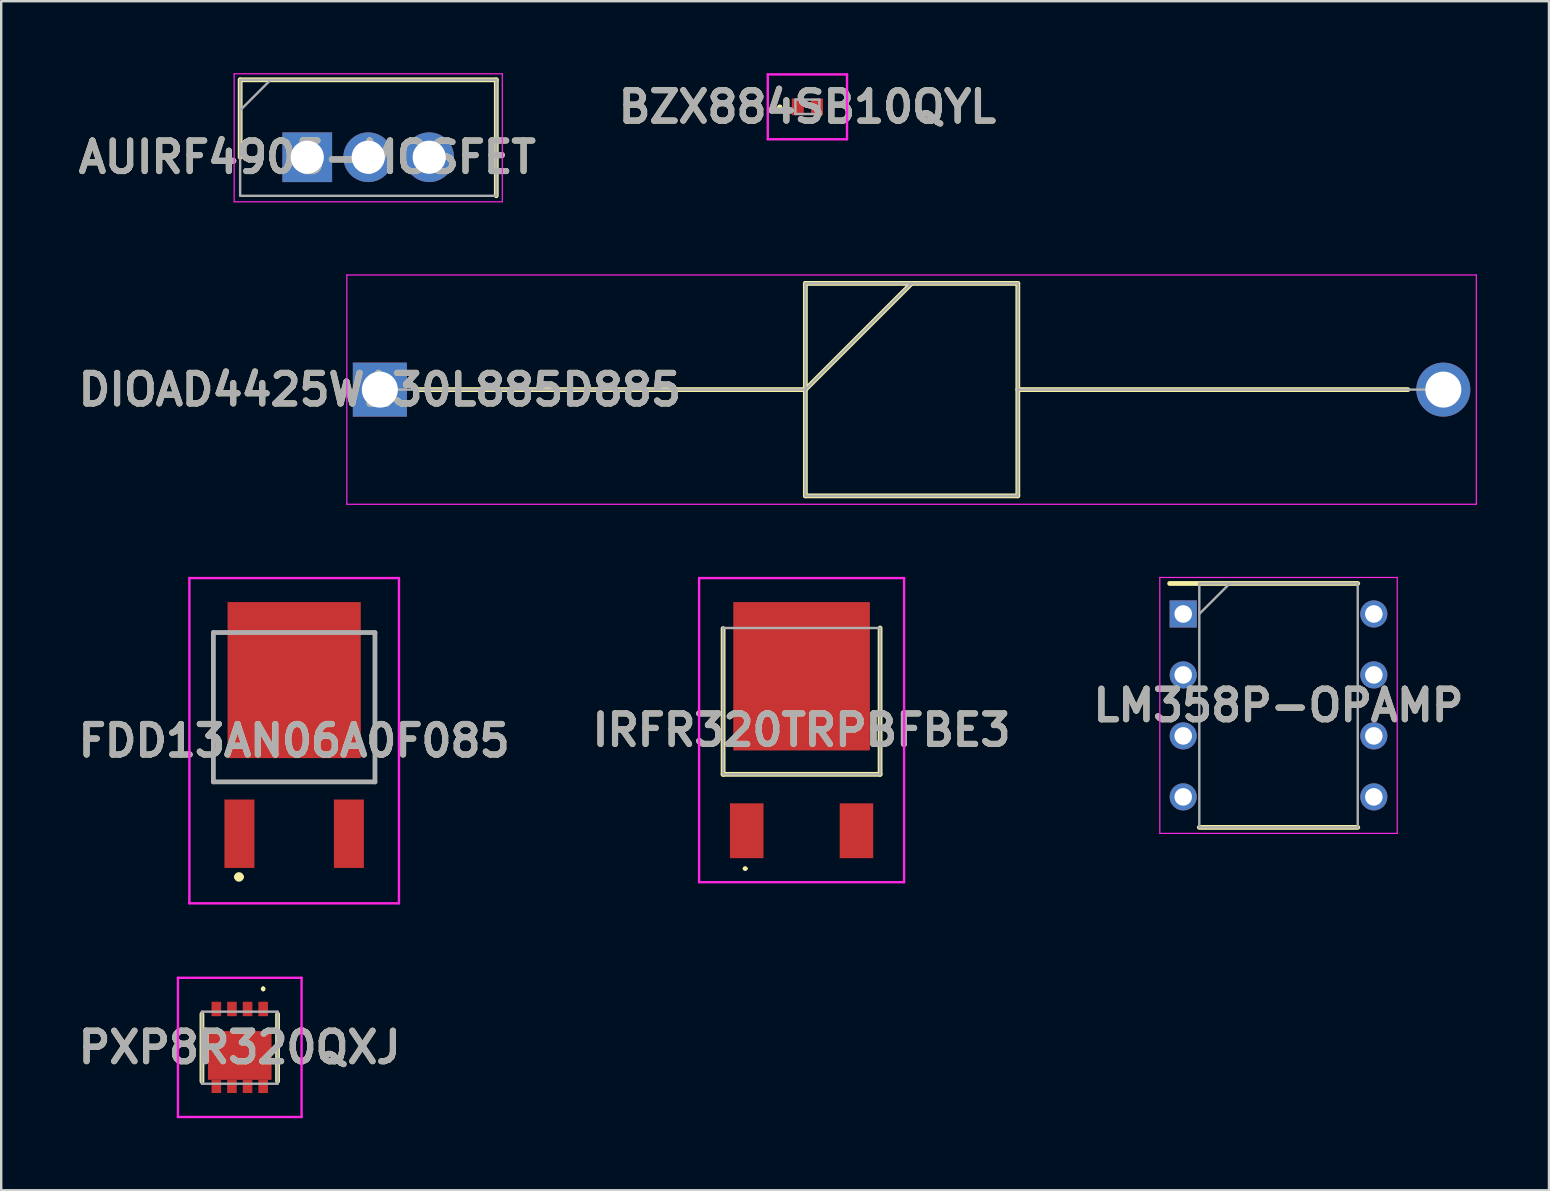
<source format=kicad_pcb>
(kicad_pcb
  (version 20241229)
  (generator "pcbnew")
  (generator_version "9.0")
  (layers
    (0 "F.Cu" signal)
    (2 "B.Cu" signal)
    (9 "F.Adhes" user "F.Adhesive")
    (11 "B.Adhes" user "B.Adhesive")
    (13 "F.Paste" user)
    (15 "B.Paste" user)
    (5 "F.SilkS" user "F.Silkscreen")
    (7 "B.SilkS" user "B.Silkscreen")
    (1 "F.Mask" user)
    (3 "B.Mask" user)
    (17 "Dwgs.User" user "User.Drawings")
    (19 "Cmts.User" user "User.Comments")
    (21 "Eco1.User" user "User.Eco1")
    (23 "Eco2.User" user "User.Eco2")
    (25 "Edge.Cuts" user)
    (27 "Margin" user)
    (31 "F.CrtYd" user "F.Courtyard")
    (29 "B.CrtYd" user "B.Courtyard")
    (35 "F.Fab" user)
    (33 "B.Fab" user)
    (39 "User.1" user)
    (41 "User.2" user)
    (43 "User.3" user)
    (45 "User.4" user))
  (footprint "IRFR320TRPBFBE3"
    (layer "F.Cu")
    (at 30.341 27.364)
    (property "Reference" "IRFR320TRPBFBE3" (at 0 0 0) (layer "F.SilkS") (effects (font (size 1.27 1.27) (thickness 0.254))))
    (attr smd)
    (fp_line (start -3.27 1.842) (end -3.27 -4.231) (stroke (width 0.2) (type solid)) (layer "F.SilkS"))
    (fp_line (start -2.4 5.769) (end -2.4 5.769) (stroke (width 0.1) (type solid)) (layer "F.SilkS"))
    (fp_line (start -2.3 5.769) (end -2.3 5.769) (stroke (width 0.1) (type solid)) (layer "F.SilkS"))
    (fp_line (start 3.27 -4.254) (end 3.27 1.842) (stroke (width 0.2) (type solid)) (layer "F.SilkS"))
    (fp_line (start 3.27 1.842) (end -3.27 1.842) (stroke (width 0.2) (type solid)) (layer "F.SilkS"))
    (fp_arc (start -2.4 5.769) (mid -2.35 5.719) (end -2.3 5.769) (stroke (width 0.1) (type solid)) (layer "F.SilkS"))
    (fp_arc (start -2.3 5.769) (mid -2.35 5.819) (end -2.4 5.769) (stroke (width 0.1) (type solid)) (layer "F.SilkS"))
    (fp_line (start -4.27 -6.334) (end 4.27 -6.334) (stroke (width 0.1) (type solid)) (layer "F.CrtYd"))
    (fp_line (start -4.27 6.334) (end -4.27 -6.334) (stroke (width 0.1) (type solid)) (layer "F.CrtYd"))
    (fp_line (start 4.27 -6.334) (end 4.27 6.334) (stroke (width 0.1) (type solid)) (layer "F.CrtYd"))
    (fp_line (start 4.27 6.334) (end -4.27 6.334) (stroke (width 0.1) (type solid)) (layer "F.CrtYd"))
    (fp_line (start -3.27 -4.253) (end 3.27 -4.253) (stroke (width 0.1) (type solid)) (layer "F.Fab"))
    (fp_line (start -3.27 1.842) (end -3.27 -4.253) (stroke (width 0.1) (type solid)) (layer "F.Fab"))
    (fp_line (start 3.27 -4.253) (end 3.27 1.842) (stroke (width 0.1) (type solid)) (layer "F.Fab"))
    (fp_line (start 3.27 1.842) (end -3.27 1.842) (stroke (width 0.1) (type solid)) (layer "F.Fab"))
    (fp_text user "${REFERENCE}" (at 0 0 0) (layer "F.Fab") (effects (font (size 1.27 1.27) (thickness 0.254))))
    (pad "1" smd rect (at -2.286 4.192) (size 1.397 2.286) (layers "F.Cu" "F.Mask" "F.Paste"))
    (pad "2" smd rect (at 0 -2.243) (size 5.69 6.18) (layers "F.Cu" "F.Mask" "F.Paste"))
    (pad "3" smd rect (at 2.286 4.192) (size 1.397 2.286) (layers "F.Cu" "F.Mask" "F.Paste")))
  (footprint "FDD13AN06A0F085"
    (layer "F.Cu")
    (at 9.204 25.28)
    (property "Reference" "FDD13AN06A0F085" (at 0 2.525 0) (layer "F.SilkS") (effects (font (size 1.27 1.27) (thickness 0.254))))
    (attr smd)
    (fp_line (start -3.365 -1.98) (end -3.365 4.24) (stroke (width 0.1) (type solid)) (layer "F.SilkS"))
    (fp_line (start -3.365 4.24) (end 3.365 4.24) (stroke (width 0.1) (type solid)) (layer "F.SilkS"))
    (fp_line (start -2.4 8.2) (end -2.4 8.2) (stroke (width 0.2) (type solid)) (layer "F.SilkS"))
    (fp_line (start -2.2 8.2) (end -2.2 8.2) (stroke (width 0.2) (type solid)) (layer "F.SilkS"))
    (fp_line (start 3.365 4.24) (end 3.365 -1.98) (stroke (width 0.1) (type solid)) (layer "F.SilkS"))
    (fp_arc (start -2.4 8.2) (mid -2.3 8.1) (end -2.2 8.2) (stroke (width 0.2) (type solid)) (layer "F.SilkS"))
    (fp_arc (start -2.2 8.2) (mid -2.3 8.3) (end -2.4 8.2) (stroke (width 0.2) (type solid)) (layer "F.SilkS"))
    (fp_line (start -4.365 -4.25) (end 4.365 -4.25) (stroke (width 0.1) (type solid)) (layer "F.CrtYd"))
    (fp_line (start -4.365 9.3) (end -4.365 -4.25) (stroke (width 0.1) (type solid)) (layer "F.CrtYd"))
    (fp_line (start 4.365 -4.25) (end 4.365 9.3) (stroke (width 0.1) (type solid)) (layer "F.CrtYd"))
    (fp_line (start 4.365 9.3) (end -4.365 9.3) (stroke (width 0.1) (type solid)) (layer "F.CrtYd"))
    (fp_line (start -3.365 -1.98) (end 3.365 -1.98) (stroke (width 0.2) (type solid)) (layer "F.Fab"))
    (fp_line (start -3.365 4.24) (end -3.365 -1.98) (stroke (width 0.2) (type solid)) (layer "F.Fab"))
    (fp_line (start 3.365 -1.98) (end 3.365 4.24) (stroke (width 0.2) (type solid)) (layer "F.Fab"))
    (fp_line (start 3.365 4.24) (end -3.365 4.24) (stroke (width 0.2) (type solid)) (layer "F.Fab"))
    (fp_text user "${REFERENCE}" (at 0 2.525 0) (layer "F.Fab") (effects (font (size 1.27 1.27) (thickness 0.254))))
    (pad "1" smd rect (at -2.28 6.4) (size 1.25 2.85) (layers "F.Cu" "F.Mask" "F.Paste"))
    (pad "2" smd rect (at 0 0) (size 5.55 6.5) (layers "F.Cu" "F.Mask" "F.Paste"))
    (pad "3" smd rect (at 2.28 6.4) (size 1.25 2.85) (layers "F.Cu" "F.Mask" "F.Paste")))
  (footprint "PXP8R320QXJ"
    (layer "F.Cu")
    (at 6.937 40.593)
    (property "Reference" "PXP8R320QXJ" (at 0 -0.012 180) (layer "F.SilkS") (effects (font (size 1.27 1.27) (thickness 0.254))))
    (attr smd)
    (fp_line (start -1.575 1.4) (end -1.575 -1.4) (stroke (width 0.2) (type solid)) (layer "F.SilkS"))
    (fp_line (start 0.975 -2.5) (end 0.975 -2.5) (stroke (width 0.1) (type solid)) (layer "F.SilkS"))
    (fp_line (start 0.975 -2.4) (end 0.975 -2.4) (stroke (width 0.1) (type solid)) (layer "F.SilkS"))
    (fp_line (start 1.575 1.4) (end 1.575 -1.4) (stroke (width 0.2) (type solid)) (layer "F.SilkS"))
    (fp_arc (start 0.975 -2.5) (mid 1.025 -2.45) (end 0.975 -2.4) (stroke (width 0.1) (type solid)) (layer "F.SilkS"))
    (fp_arc (start 0.975 -2.4) (mid 0.925 -2.45) (end 0.975 -2.5) (stroke (width 0.1) (type solid)) (layer "F.SilkS"))
    (fp_line (start -2.575 -2.913) (end 2.575 -2.913) (stroke (width 0.1) (type solid)) (layer "F.CrtYd"))
    (fp_line (start -2.575 2.888) (end -2.575 -2.913) (stroke (width 0.1) (type solid)) (layer "F.CrtYd"))
    (fp_line (start 2.575 -2.913) (end 2.575 2.888) (stroke (width 0.1) (type solid)) (layer "F.CrtYd"))
    (fp_line (start 2.575 2.888) (end -2.575 2.888) (stroke (width 0.1) (type solid)) (layer "F.CrtYd"))
    (fp_line (start -1.575 -1.5) (end 1.575 -1.5) (stroke (width 0.1) (type solid)) (layer "F.Fab"))
    (fp_line (start -1.575 1.5) (end -1.575 -1.5) (stroke (width 0.1) (type solid)) (layer "F.Fab"))
    (fp_line (start 1.575 -1.5) (end 1.575 1.5) (stroke (width 0.1) (type solid)) (layer "F.Fab"))
    (fp_line (start 1.575 1.5) (end -1.575 1.5) (stroke (width 0.1) (type solid)) (layer "F.Fab"))
    (fp_text user "${REFERENCE}" (at 0 -0.012 180) (layer "F.Fab") (effects (font (size 1.27 1.27) (thickness 0.254))))
    (pad "1" smd rect (at -0.975 -1.613 180) (size 0.4 0.6) (layers "F.Cu" "F.Mask" "F.Paste"))
    (pad "2" smd rect (at -0.975 1.613 180) (size 0.4 0.55) (layers "F.Cu" "F.Mask" "F.Paste"))
    (pad "2" smd rect (at -0.325 1.613 180) (size 0.4 0.55) (layers "F.Cu" "F.Mask" "F.Paste"))
    (pad "2" smd rect (at 0 0.323 270) (size 2.03 2.65) (layers "F.Cu" "F.Mask" "F.Paste"))
    (pad "2" smd rect (at 0.325 1.613 180) (size 0.4 0.55) (layers "F.Cu" "F.Mask" "F.Paste"))
    (pad "2" smd rect (at 0.975 1.613 180) (size 0.4 0.55) (layers "F.Cu" "F.Mask" "F.Paste"))
    (pad "3" smd rect (at -0.325 -1.613 180) (size 0.4 0.6) (layers "F.Cu" "F.Mask" "F.Paste"))
    (pad "3" smd rect (at 0.325 -1.613 180) (size 0.4 0.6) (layers "F.Cu" "F.Mask" "F.Paste"))
    (pad "3" smd rect (at 0.975 -1.613 180) (size 0.4 0.6) (layers "F.Cu" "F.Mask" "F.Paste")))
  (footprint "AUIRF4905-MOSFET"
    (layer "F.Cu")
    (at 9.749 3.5)
    (property "Reference" "AUIRF4905-MOSFET" (at 0 0 0) (layer "F.SilkS") (effects (font (size 1.27 1.27) (thickness 0.254))))
    (attr through_hole)
    (fp_line (start -2.795 -3.225) (end -2.795 0) (stroke (width 0.2) (type solid)) (layer "F.SilkS"))
    (fp_line (start 7.875 -3.225) (end -2.795 -3.225) (stroke (width 0.2) (type solid)) (layer "F.SilkS"))
    (fp_line (start 7.875 1.605) (end 7.875 -3.225) (stroke (width 0.2) (type solid)) (layer "F.SilkS"))
    (fp_line (start -3.045 -3.475) (end 8.125 -3.475) (stroke (width 0.05) (type solid)) (layer "F.CrtYd"))
    (fp_line (start -3.045 1.855) (end -3.045 -3.475) (stroke (width 0.05) (type solid)) (layer "F.CrtYd"))
    (fp_line (start 8.125 -3.475) (end 8.125 1.855) (stroke (width 0.05) (type solid)) (layer "F.CrtYd"))
    (fp_line (start 8.125 1.855) (end -3.045 1.855) (stroke (width 0.05) (type solid)) (layer "F.CrtYd"))
    (fp_line (start -2.795 -3.225) (end 7.875 -3.225) (stroke (width 0.1) (type solid)) (layer "F.Fab"))
    (fp_line (start -2.795 -1.955) (end -1.525 -3.225) (stroke (width 0.1) (type solid)) (layer "F.Fab"))
    (fp_line (start -2.795 1.605) (end -2.795 -3.225) (stroke (width 0.1) (type solid)) (layer "F.Fab"))
    (fp_line (start 7.875 -3.225) (end 7.875 1.605) (stroke (width 0.1) (type solid)) (layer "F.Fab"))
    (fp_line (start 7.875 1.605) (end -2.795 1.605) (stroke (width 0.1) (type solid)) (layer "F.Fab"))
    (fp_text user "${REFERENCE}" (at 0 0 0) (layer "F.Fab") (effects (font (size 1.27 1.27) (thickness 0.254))))
    (pad "1" thru_hole rect (at 0 0) (size 2.07 2.07) (drill 1.38) (layers "*.Cu" "*.Mask"))
    (pad "2" thru_hole circle (at 2.54 0) (size 2.07 2.07) (drill 1.38) (layers "*.Cu" "*.Mask"))
    (pad "3" thru_hole circle (at 5.08 0) (size 2.07 2.07) (drill 1.38) (layers "*.Cu" "*.Mask")))
  (footprint "BZX884SB10QYL"
    (layer "F.Cu")
    (at 30.583 1.4)
    (property "Reference" "BZX884SB10QYL" (at 0 0 0) (layer "F.SilkS") (effects (font (size 1.27 1.27) (thickness 0.254))))
    (attr smd)
    (fp_line (start -1.2 0) (end -1.2 0) (stroke (width 0.1) (type solid)) (layer "F.SilkS"))
    (fp_line (start -1.1 0) (end -1.1 0) (stroke (width 0.1) (type solid)) (layer "F.SilkS"))
    (fp_arc (start -1.2 0) (mid -1.15 -0.05) (end -1.1 0) (stroke (width 0.1) (type solid)) (layer "F.SilkS"))
    (fp_arc (start -1.1 0) (mid -1.15 0.05) (end -1.2 0) (stroke (width 0.1) (type solid)) (layer "F.SilkS"))
    (fp_line (start -1.65 -1.35) (end 1.65 -1.35) (stroke (width 0.1) (type solid)) (layer "F.CrtYd"))
    (fp_line (start -1.65 1.35) (end -1.65 -1.35) (stroke (width 0.1) (type solid)) (layer "F.CrtYd"))
    (fp_line (start 1.65 -1.35) (end 1.65 1.35) (stroke (width 0.1) (type solid)) (layer "F.CrtYd"))
    (fp_line (start 1.65 1.35) (end -1.65 1.35) (stroke (width 0.1) (type solid)) (layer "F.CrtYd"))
    (fp_line (start -0.5 -0.3) (end 0.5 -0.3) (stroke (width 0.1) (type solid)) (layer "F.Fab"))
    (fp_line (start -0.5 0.3) (end -0.5 -0.3) (stroke (width 0.1) (type solid)) (layer "F.Fab"))
    (fp_line (start 0.5 -0.3) (end 0.5 0.3) (stroke (width 0.1) (type solid)) (layer "F.Fab"))
    (fp_line (start 0.5 0.3) (end -0.5 0.3) (stroke (width 0.1) (type solid)) (layer "F.Fab"))
    (fp_text user "${REFERENCE}" (at 0 0 0) (layer "F.Fab") (effects (font (size 1.27 1.27) (thickness 0.254))))
    (pad "1" smd rect (at -0.4 0) (size 0.5 0.7) (layers "F.Cu" "F.Mask" "F.Paste"))
    (pad "2" smd rect (at 0.4 0) (size 0.5 0.7) (layers "F.Cu" "F.Mask" "F.Paste")))
  (footprint "DIOAD4425W130L885D885"
    (layer "F.Cu")
    (at 12.773 13.18)
    (property "Reference" "DIOAD4425W130L885D885" (at 0 0 0) (layer "F.SilkS") (effects (font (size 1.27 1.27) (thickness 0.254))))
    (attr through_hole)
    (fp_line (start 1.475 0) (end 17.725 0) (stroke (width 0.2) (type solid)) (layer "F.SilkS"))
    (fp_line (start 17.725 -4.425) (end 26.575 -4.425) (stroke (width 0.2) (type solid)) (layer "F.SilkS"))
    (fp_line (start 17.725 0) (end 22.15 -4.425) (stroke (width 0.2) (type solid)) (layer "F.SilkS"))
    (fp_line (start 17.725 4.425) (end 17.725 -4.425) (stroke (width 0.2) (type solid)) (layer "F.SilkS"))
    (fp_line (start 26.575 -4.425) (end 26.575 4.425) (stroke (width 0.2) (type solid)) (layer "F.SilkS"))
    (fp_line (start 26.575 0) (end 42.825 0) (stroke (width 0.2) (type solid)) (layer "F.SilkS"))
    (fp_line (start 26.575 4.425) (end 17.725 4.425) (stroke (width 0.2) (type solid)) (layer "F.SilkS"))
    (fp_line (start -1.375 -4.775) (end 45.675 -4.775) (stroke (width 0.05) (type solid)) (layer "F.CrtYd"))
    (fp_line (start -1.375 4.775) (end -1.375 -4.775) (stroke (width 0.05) (type solid)) (layer "F.CrtYd"))
    (fp_line (start 45.675 -4.775) (end 45.675 4.775) (stroke (width 0.05) (type solid)) (layer "F.CrtYd"))
    (fp_line (start 45.675 4.775) (end -1.375 4.775) (stroke (width 0.05) (type solid)) (layer "F.CrtYd"))
    (fp_line (start 0 0) (end 17.725 0) (stroke (width 0.1) (type solid)) (layer "F.Fab"))
    (fp_line (start 17.725 -4.425) (end 26.575 -4.425) (stroke (width 0.1) (type solid)) (layer "F.Fab"))
    (fp_line (start 17.725 0) (end 22.15 -4.425) (stroke (width 0.1) (type solid)) (layer "F.Fab"))
    (fp_line (start 17.725 4.425) (end 17.725 -4.425) (stroke (width 0.1) (type solid)) (layer "F.Fab"))
    (fp_line (start 26.575 -4.425) (end 26.575 4.425) (stroke (width 0.1) (type solid)) (layer "F.Fab"))
    (fp_line (start 26.575 0) (end 44.3 0) (stroke (width 0.1) (type solid)) (layer "F.Fab"))
    (fp_line (start 26.575 4.425) (end 17.725 4.425) (stroke (width 0.1) (type solid)) (layer "F.Fab"))
    (fp_text user "${REFERENCE}" (at 0 0 0) (layer "F.Fab") (effects (font (size 1.27 1.27) (thickness 0.254))))
    (pad "1" thru_hole rect (at 0 0) (size 2.25 2.25) (drill 1.5) (layers "*.Cu" "*.Mask"))
    (pad "2" thru_hole circle (at 44.3 0) (size 2.25 2.25) (drill 1.5) (layers "*.Cu" "*.Mask")))
  (footprint "LM358P-OPAMP"
    (layer "F.Cu")
    (at 50.208 26.335)
    (property "Reference" "LM358P-OPAMP" (at 0 0 0) (layer "F.SilkS") (effects (font (size 1.27 1.27) (thickness 0.254))))
    (attr through_hole)
    (fp_line (start -4.535 -5.08) (end 3.3 -5.08) (stroke (width 0.2) (type solid)) (layer "F.SilkS"))
    (fp_line (start -3.3 5.08) (end 3.3 5.08) (stroke (width 0.2) (type solid)) (layer "F.SilkS"))
    (fp_line (start -4.945 -5.33) (end 4.945 -5.33) (stroke (width 0.05) (type solid)) (layer "F.CrtYd"))
    (fp_line (start -4.945 5.33) (end -4.945 -5.33) (stroke (width 0.05) (type solid)) (layer "F.CrtYd"))
    (fp_line (start 4.945 -5.33) (end 4.945 5.33) (stroke (width 0.05) (type solid)) (layer "F.CrtYd"))
    (fp_line (start 4.945 5.33) (end -4.945 5.33) (stroke (width 0.05) (type solid)) (layer "F.CrtYd"))
    (fp_line (start -3.3 -5.08) (end 3.3 -5.08) (stroke (width 0.1) (type solid)) (layer "F.Fab"))
    (fp_line (start -3.3 -3.81) (end -2.03 -5.08) (stroke (width 0.1) (type solid)) (layer "F.Fab"))
    (fp_line (start -3.3 5.08) (end -3.3 -5.08) (stroke (width 0.1) (type solid)) (layer "F.Fab"))
    (fp_line (start 3.3 -5.08) (end 3.3 5.08) (stroke (width 0.1) (type solid)) (layer "F.Fab"))
    (fp_line (start 3.3 5.08) (end -3.3 5.08) (stroke (width 0.1) (type solid)) (layer "F.Fab"))
    (fp_text user "${REFERENCE}" (at 0 0 0) (layer "F.Fab") (effects (font (size 1.27 1.27) (thickness 0.254))))
    (pad "1" thru_hole rect (at -3.97 -3.81) (size 1.13 1.13) (drill 0.73) (layers "*.Cu" "*.Mask"))
    (pad "2" thru_hole circle (at -3.97 -1.27) (size 1.13 1.13) (drill 0.73) (layers "*.Cu" "*.Mask"))
    (pad "3" thru_hole circle (at -3.97 1.27) (size 1.13 1.13) (drill 0.73) (layers "*.Cu" "*.Mask"))
    (pad "4" thru_hole circle (at -3.97 3.81) (size 1.13 1.13) (drill 0.73) (layers "*.Cu" "*.Mask"))
    (pad "5" thru_hole circle (at 3.97 3.81) (size 1.13 1.13) (drill 0.73) (layers "*.Cu" "*.Mask"))
    (pad "6" thru_hole circle (at 3.97 1.27) (size 1.13 1.13) (drill 0.73) (layers "*.Cu" "*.Mask"))
    (pad "7" thru_hole circle (at 3.97 -1.27) (size 1.13 1.13) (drill 0.73) (layers "*.Cu" "*.Mask"))
    (pad "8" thru_hole circle (at 3.97 -3.81) (size 1.13 1.13) (drill 0.73) (layers "*.Cu" "*.Mask")))
  (gr_rect
    (start -3 -3)
    (end 61.473 46.531)
    (stroke (width 0.1) (type default))
    (fill no)
    (layer "Edge.Cuts")))
</source>
